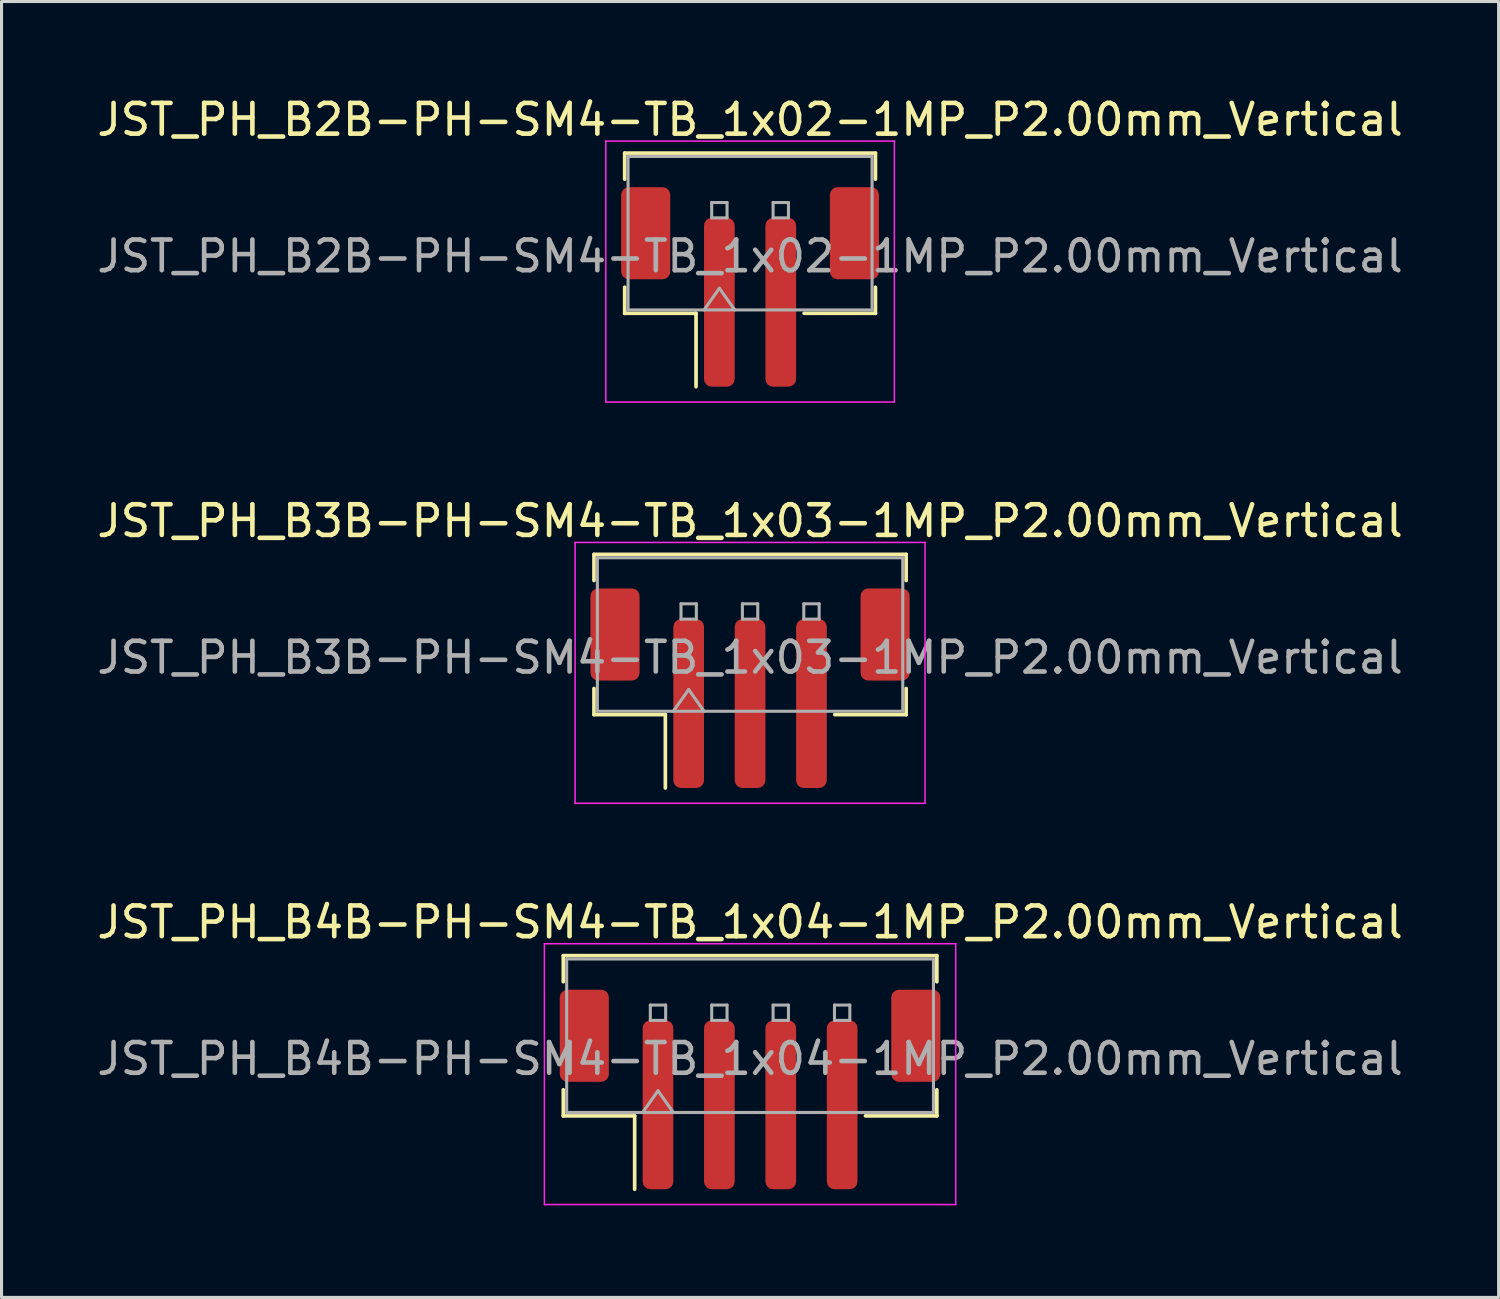
<source format=kicad_pcb>
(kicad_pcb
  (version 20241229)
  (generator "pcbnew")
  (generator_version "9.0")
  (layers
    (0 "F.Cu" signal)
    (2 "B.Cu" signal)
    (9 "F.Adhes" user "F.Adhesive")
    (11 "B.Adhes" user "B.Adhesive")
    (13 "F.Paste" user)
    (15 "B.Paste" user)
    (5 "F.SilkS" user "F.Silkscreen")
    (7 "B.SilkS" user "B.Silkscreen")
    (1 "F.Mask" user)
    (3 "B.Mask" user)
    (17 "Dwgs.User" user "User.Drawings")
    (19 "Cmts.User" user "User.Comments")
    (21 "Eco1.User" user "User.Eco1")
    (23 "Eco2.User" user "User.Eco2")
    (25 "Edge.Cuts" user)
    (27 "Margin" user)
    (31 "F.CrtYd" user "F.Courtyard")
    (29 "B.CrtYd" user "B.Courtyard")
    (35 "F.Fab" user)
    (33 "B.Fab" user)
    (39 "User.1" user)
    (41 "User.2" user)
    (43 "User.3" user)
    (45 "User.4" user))
  (footprint "JST_PH_B4B-PH-SM4-TB_1x04-1MP_P2.00mm_Vertical"
    (layer "F.Cu")
    (at 21.387 32.445)
    (property "Reference" "JST_PH_B4B-PH-SM4-TB_1x04-1MP_P2.00mm_Vertical" (at 0 -5.45 0) (layer "F.SilkS") (effects (font (size 1 1) (thickness 0.15))))
    (attr smd)
    (fp_line (start -6.085 -4.36) (end 6.085 -4.36) (stroke (width 0.12) (type solid)) (layer "F.SilkS"))
    (fp_line (start -6.085 -3.51) (end -6.085 -4.36) (stroke (width 0.12) (type solid)) (layer "F.SilkS"))
    (fp_line (start -6.085 0.01) (end -6.085 0.86) (stroke (width 0.12) (type solid)) (layer "F.SilkS"))
    (fp_line (start -6.085 0.86) (end -3.76 0.86) (stroke (width 0.12) (type solid)) (layer "F.SilkS"))
    (fp_line (start -3.76 0.86) (end -3.76 3.25) (stroke (width 0.12) (type solid)) (layer "F.SilkS"))
    (fp_line (start 6.085 -4.36) (end 6.085 -3.51) (stroke (width 0.12) (type solid)) (layer "F.SilkS"))
    (fp_line (start 6.085 0.01) (end 6.085 0.86) (stroke (width 0.12) (type solid)) (layer "F.SilkS"))
    (fp_line (start 6.085 0.86) (end 3.76 0.86) (stroke (width 0.12) (type solid)) (layer "F.SilkS"))
    (fp_line (start -6.7 -4.75) (end -6.7 3.75) (stroke (width 0.05) (type solid)) (layer "F.CrtYd"))
    (fp_line (start -6.7 3.75) (end 6.7 3.75) (stroke (width 0.05) (type solid)) (layer "F.CrtYd"))
    (fp_line (start 6.7 -4.75) (end -6.7 -4.75) (stroke (width 0.05) (type solid)) (layer "F.CrtYd"))
    (fp_line (start 6.7 3.75) (end 6.7 -4.75) (stroke (width 0.05) (type solid)) (layer "F.CrtYd"))
    (fp_line (start -5.975 -4.25) (end 5.975 -4.25) (stroke (width 0.1) (type solid)) (layer "F.Fab"))
    (fp_line (start -5.975 0.75) (end -5.975 -4.25) (stroke (width 0.1) (type solid)) (layer "F.Fab"))
    (fp_line (start -5.975 0.75) (end 5.975 0.75) (stroke (width 0.1) (type solid)) (layer "F.Fab"))
    (fp_line (start -3.5 0.75) (end -3 0.043) (stroke (width 0.1) (type solid)) (layer "F.Fab"))
    (fp_line (start -3.25 -2.75) (end -3.25 -2.25) (stroke (width 0.1) (type solid)) (layer "F.Fab"))
    (fp_line (start -3.25 -2.25) (end -2.75 -2.25) (stroke (width 0.1) (type solid)) (layer "F.Fab"))
    (fp_line (start -3 0.043) (end -2.5 0.75) (stroke (width 0.1) (type solid)) (layer "F.Fab"))
    (fp_line (start -2.75 -2.75) (end -3.25 -2.75) (stroke (width 0.1) (type solid)) (layer "F.Fab"))
    (fp_line (start -2.75 -2.25) (end -2.75 -2.75) (stroke (width 0.1) (type solid)) (layer "F.Fab"))
    (fp_line (start -1.25 -2.75) (end -1.25 -2.25) (stroke (width 0.1) (type solid)) (layer "F.Fab"))
    (fp_line (start -1.25 -2.25) (end -0.75 -2.25) (stroke (width 0.1) (type solid)) (layer "F.Fab"))
    (fp_line (start -0.75 -2.75) (end -1.25 -2.75) (stroke (width 0.1) (type solid)) (layer "F.Fab"))
    (fp_line (start -0.75 -2.25) (end -0.75 -2.75) (stroke (width 0.1) (type solid)) (layer "F.Fab"))
    (fp_line (start 0.75 -2.75) (end 0.75 -2.25) (stroke (width 0.1) (type solid)) (layer "F.Fab"))
    (fp_line (start 0.75 -2.25) (end 1.25 -2.25) (stroke (width 0.1) (type solid)) (layer "F.Fab"))
    (fp_line (start 1.25 -2.75) (end 0.75 -2.75) (stroke (width 0.1) (type solid)) (layer "F.Fab"))
    (fp_line (start 1.25 -2.25) (end 1.25 -2.75) (stroke (width 0.1) (type solid)) (layer "F.Fab"))
    (fp_line (start 2.75 -2.75) (end 2.75 -2.25) (stroke (width 0.1) (type solid)) (layer "F.Fab"))
    (fp_line (start 2.75 -2.25) (end 3.25 -2.25) (stroke (width 0.1) (type solid)) (layer "F.Fab"))
    (fp_line (start 3.25 -2.75) (end 2.75 -2.75) (stroke (width 0.1) (type solid)) (layer "F.Fab"))
    (fp_line (start 3.25 -2.25) (end 3.25 -2.75) (stroke (width 0.1) (type solid)) (layer "F.Fab"))
    (fp_line (start 5.975 0.75) (end 5.975 -4.25) (stroke (width 0.1) (type solid)) (layer "F.Fab"))
    (fp_text user "${REFERENCE}" (at 0 -1 0) (layer "F.Fab") (effects (font (size 1 1) (thickness 0.15))))
    (pad "1" smd roundrect (at -3 0.5) (size 1 5.5) (layers "F.Cu" "F.Mask" "F.Paste") (roundrect_rratio 0.25))
    (pad "2" smd roundrect (at -1 0.5) (size 1 5.5) (layers "F.Cu" "F.Mask" "F.Paste") (roundrect_rratio 0.25))
    (pad "3" smd roundrect (at 1 0.5) (size 1 5.5) (layers "F.Cu" "F.Mask" "F.Paste") (roundrect_rratio 0.25))
    (pad "4" smd roundrect (at 3 0.5) (size 1 5.5) (layers "F.Cu" "F.Mask" "F.Paste") (roundrect_rratio 0.25))
    (pad "MP" smd roundrect (at -5.4 -1.75) (size 1.6 3) (layers "F.Cu" "F.Mask" "F.Paste") (roundrect_rratio 0.156))
    (pad "MP" smd roundrect (at 5.4 -1.75) (size 1.6 3) (layers "F.Cu" "F.Mask" "F.Paste") (roundrect_rratio 0.156)))
  (footprint "JST_PH_B3B-PH-SM4-TB_1x03-1MP_P2.00mm_Vertical"
    (layer "F.Cu")
    (at 21.387 19.372)
    (property "Reference" "JST_PH_B3B-PH-SM4-TB_1x03-1MP_P2.00mm_Vertical" (at 0 -5.45 0) (layer "F.SilkS") (effects (font (size 1 1) (thickness 0.15))))
    (attr smd)
    (fp_line (start -5.085 -4.36) (end 5.085 -4.36) (stroke (width 0.12) (type solid)) (layer "F.SilkS"))
    (fp_line (start -5.085 -3.51) (end -5.085 -4.36) (stroke (width 0.12) (type solid)) (layer "F.SilkS"))
    (fp_line (start -5.085 0.01) (end -5.085 0.86) (stroke (width 0.12) (type solid)) (layer "F.SilkS"))
    (fp_line (start -5.085 0.86) (end -2.76 0.86) (stroke (width 0.12) (type solid)) (layer "F.SilkS"))
    (fp_line (start -2.76 0.86) (end -2.76 3.25) (stroke (width 0.12) (type solid)) (layer "F.SilkS"))
    (fp_line (start 5.085 -4.36) (end 5.085 -3.51) (stroke (width 0.12) (type solid)) (layer "F.SilkS"))
    (fp_line (start 5.085 0.01) (end 5.085 0.86) (stroke (width 0.12) (type solid)) (layer "F.SilkS"))
    (fp_line (start 5.085 0.86) (end 2.76 0.86) (stroke (width 0.12) (type solid)) (layer "F.SilkS"))
    (fp_line (start -5.7 -4.75) (end -5.7 3.75) (stroke (width 0.05) (type solid)) (layer "F.CrtYd"))
    (fp_line (start -5.7 3.75) (end 5.7 3.75) (stroke (width 0.05) (type solid)) (layer "F.CrtYd"))
    (fp_line (start 5.7 -4.75) (end -5.7 -4.75) (stroke (width 0.05) (type solid)) (layer "F.CrtYd"))
    (fp_line (start 5.7 3.75) (end 5.7 -4.75) (stroke (width 0.05) (type solid)) (layer "F.CrtYd"))
    (fp_line (start -4.975 -4.25) (end 4.975 -4.25) (stroke (width 0.1) (type solid)) (layer "F.Fab"))
    (fp_line (start -4.975 0.75) (end -4.975 -4.25) (stroke (width 0.1) (type solid)) (layer "F.Fab"))
    (fp_line (start -4.975 0.75) (end 4.975 0.75) (stroke (width 0.1) (type solid)) (layer "F.Fab"))
    (fp_line (start -2.5 0.75) (end -2 0.043) (stroke (width 0.1) (type solid)) (layer "F.Fab"))
    (fp_line (start -2.25 -2.75) (end -2.25 -2.25) (stroke (width 0.1) (type solid)) (layer "F.Fab"))
    (fp_line (start -2.25 -2.25) (end -1.75 -2.25) (stroke (width 0.1) (type solid)) (layer "F.Fab"))
    (fp_line (start -2 0.043) (end -1.5 0.75) (stroke (width 0.1) (type solid)) (layer "F.Fab"))
    (fp_line (start -1.75 -2.75) (end -2.25 -2.75) (stroke (width 0.1) (type solid)) (layer "F.Fab"))
    (fp_line (start -1.75 -2.25) (end -1.75 -2.75) (stroke (width 0.1) (type solid)) (layer "F.Fab"))
    (fp_line (start -0.25 -2.75) (end -0.25 -2.25) (stroke (width 0.1) (type solid)) (layer "F.Fab"))
    (fp_line (start -0.25 -2.25) (end 0.25 -2.25) (stroke (width 0.1) (type solid)) (layer "F.Fab"))
    (fp_line (start 0.25 -2.75) (end -0.25 -2.75) (stroke (width 0.1) (type solid)) (layer "F.Fab"))
    (fp_line (start 0.25 -2.25) (end 0.25 -2.75) (stroke (width 0.1) (type solid)) (layer "F.Fab"))
    (fp_line (start 1.75 -2.75) (end 1.75 -2.25) (stroke (width 0.1) (type solid)) (layer "F.Fab"))
    (fp_line (start 1.75 -2.25) (end 2.25 -2.25) (stroke (width 0.1) (type solid)) (layer "F.Fab"))
    (fp_line (start 2.25 -2.75) (end 1.75 -2.75) (stroke (width 0.1) (type solid)) (layer "F.Fab"))
    (fp_line (start 2.25 -2.25) (end 2.25 -2.75) (stroke (width 0.1) (type solid)) (layer "F.Fab"))
    (fp_line (start 4.975 0.75) (end 4.975 -4.25) (stroke (width 0.1) (type solid)) (layer "F.Fab"))
    (fp_text user "${REFERENCE}" (at 0 -1 0) (layer "F.Fab") (effects (font (size 1 1) (thickness 0.15))))
    (pad "1" smd roundrect (at -2 0.5) (size 1 5.5) (layers "F.Cu" "F.Mask" "F.Paste") (roundrect_rratio 0.25))
    (pad "2" smd roundrect (at 0 0.5) (size 1 5.5) (layers "F.Cu" "F.Mask" "F.Paste") (roundrect_rratio 0.25))
    (pad "3" smd roundrect (at 2 0.5) (size 1 5.5) (layers "F.Cu" "F.Mask" "F.Paste") (roundrect_rratio 0.25))
    (pad "MP" smd roundrect (at -4.4 -1.75) (size 1.6 3) (layers "F.Cu" "F.Mask" "F.Paste") (roundrect_rratio 0.156))
    (pad "MP" smd roundrect (at 4.4 -1.75) (size 1.6 3) (layers "F.Cu" "F.Mask" "F.Paste") (roundrect_rratio 0.156)))
  (footprint "JST_PH_B2B-PH-SM4-TB_1x02-1MP_P2.00mm_Vertical"
    (layer "F.Cu")
    (at 21.387 6.298)
    (property "Reference" "JST_PH_B2B-PH-SM4-TB_1x02-1MP_P2.00mm_Vertical" (at 0 -5.45 0) (layer "F.SilkS") (effects (font (size 1 1) (thickness 0.15))))
    (attr smd)
    (fp_line (start -4.085 -4.36) (end 4.085 -4.36) (stroke (width 0.12) (type solid)) (layer "F.SilkS"))
    (fp_line (start -4.085 -3.51) (end -4.085 -4.36) (stroke (width 0.12) (type solid)) (layer "F.SilkS"))
    (fp_line (start -4.085 0.01) (end -4.085 0.86) (stroke (width 0.12) (type solid)) (layer "F.SilkS"))
    (fp_line (start -4.085 0.86) (end -1.76 0.86) (stroke (width 0.12) (type solid)) (layer "F.SilkS"))
    (fp_line (start -1.76 0.86) (end -1.76 3.25) (stroke (width 0.12) (type solid)) (layer "F.SilkS"))
    (fp_line (start 4.085 -4.36) (end 4.085 -3.51) (stroke (width 0.12) (type solid)) (layer "F.SilkS"))
    (fp_line (start 4.085 0.01) (end 4.085 0.86) (stroke (width 0.12) (type solid)) (layer "F.SilkS"))
    (fp_line (start 4.085 0.86) (end 1.76 0.86) (stroke (width 0.12) (type solid)) (layer "F.SilkS"))
    (fp_line (start -4.7 -4.75) (end -4.7 3.75) (stroke (width 0.05) (type solid)) (layer "F.CrtYd"))
    (fp_line (start -4.7 3.75) (end 4.7 3.75) (stroke (width 0.05) (type solid)) (layer "F.CrtYd"))
    (fp_line (start 4.7 -4.75) (end -4.7 -4.75) (stroke (width 0.05) (type solid)) (layer "F.CrtYd"))
    (fp_line (start 4.7 3.75) (end 4.7 -4.75) (stroke (width 0.05) (type solid)) (layer "F.CrtYd"))
    (fp_line (start -3.975 -4.25) (end 3.975 -4.25) (stroke (width 0.1) (type solid)) (layer "F.Fab"))
    (fp_line (start -3.975 0.75) (end -3.975 -4.25) (stroke (width 0.1) (type solid)) (layer "F.Fab"))
    (fp_line (start -3.975 0.75) (end 3.975 0.75) (stroke (width 0.1) (type solid)) (layer "F.Fab"))
    (fp_line (start -1.5 0.75) (end -1 0.043) (stroke (width 0.1) (type solid)) (layer "F.Fab"))
    (fp_line (start -1.25 -2.75) (end -1.25 -2.25) (stroke (width 0.1) (type solid)) (layer "F.Fab"))
    (fp_line (start -1.25 -2.25) (end -0.75 -2.25) (stroke (width 0.1) (type solid)) (layer "F.Fab"))
    (fp_line (start -1 0.043) (end -0.5 0.75) (stroke (width 0.1) (type solid)) (layer "F.Fab"))
    (fp_line (start -0.75 -2.75) (end -1.25 -2.75) (stroke (width 0.1) (type solid)) (layer "F.Fab"))
    (fp_line (start -0.75 -2.25) (end -0.75 -2.75) (stroke (width 0.1) (type solid)) (layer "F.Fab"))
    (fp_line (start 0.75 -2.75) (end 0.75 -2.25) (stroke (width 0.1) (type solid)) (layer "F.Fab"))
    (fp_line (start 0.75 -2.25) (end 1.25 -2.25) (stroke (width 0.1) (type solid)) (layer "F.Fab"))
    (fp_line (start 1.25 -2.75) (end 0.75 -2.75) (stroke (width 0.1) (type solid)) (layer "F.Fab"))
    (fp_line (start 1.25 -2.25) (end 1.25 -2.75) (stroke (width 0.1) (type solid)) (layer "F.Fab"))
    (fp_line (start 3.975 0.75) (end 3.975 -4.25) (stroke (width 0.1) (type solid)) (layer "F.Fab"))
    (fp_text user "${REFERENCE}" (at 0 -1 0) (layer "F.Fab") (effects (font (size 1 1) (thickness 0.15))))
    (pad "1" smd roundrect (at -1 0.5) (size 1 5.5) (layers "F.Cu" "F.Mask" "F.Paste") (roundrect_rratio 0.25))
    (pad "2" smd roundrect (at 1 0.5) (size 1 5.5) (layers "F.Cu" "F.Mask" "F.Paste") (roundrect_rratio 0.25))
    (pad "MP" smd roundrect (at -3.4 -1.75) (size 1.6 3) (layers "F.Cu" "F.Mask" "F.Paste") (roundrect_rratio 0.156))
    (pad "MP" smd roundrect (at 3.4 -1.75) (size 1.6 3) (layers "F.Cu" "F.Mask" "F.Paste") (roundrect_rratio 0.156)))
  (gr_rect
    (start -3 -3)
    (end 45.774 39.22)
    (stroke (width 0.1) (type default))
    (fill no)
    (layer "Edge.Cuts")))
</source>
